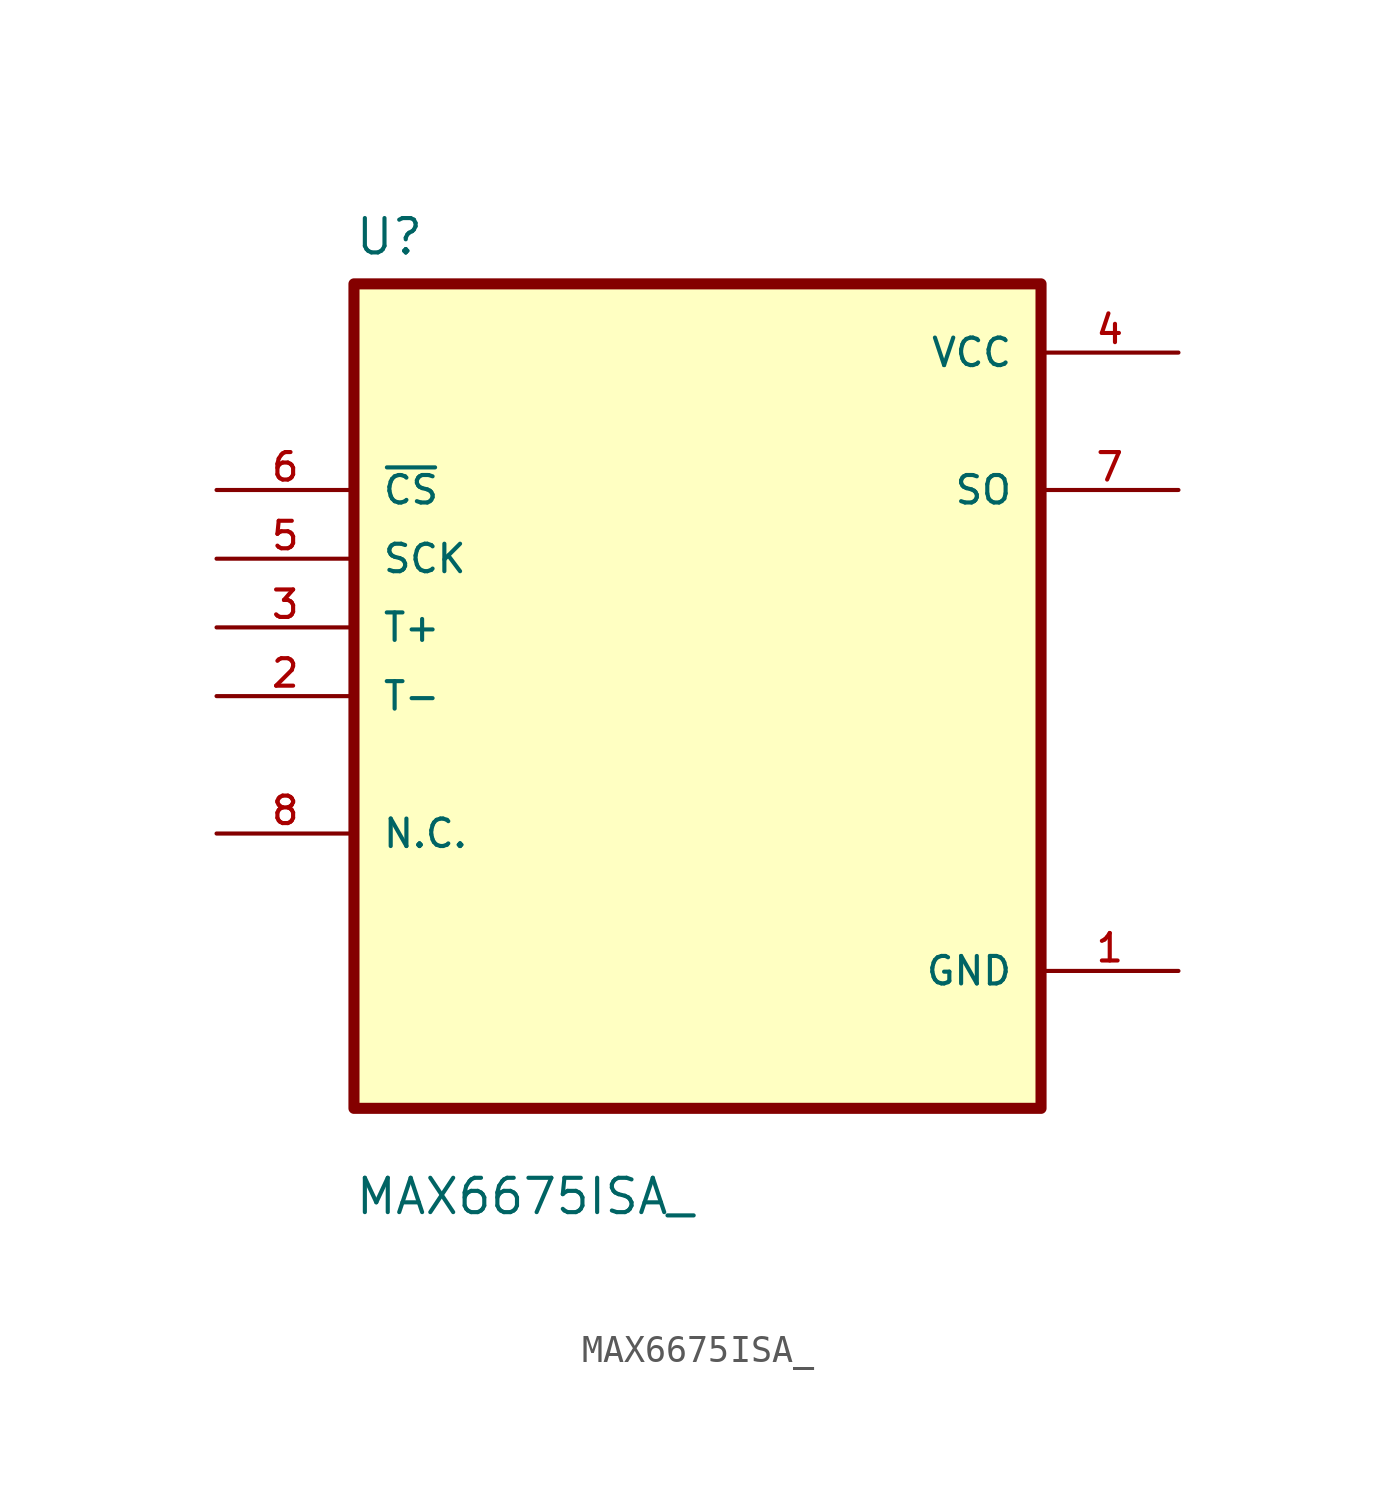
<source format=kicad_sym>
(kicad_symbol_lib
  (version 20211014)
  (generator kicad_symbol_editor)
  (symbol "MAX6675ISA_"
    (pin_names
      (offset 1.016))
    (property "Reference" "U"
      (at -12.7 16.24 0.0)
      (effects (font (size 1.27 1.27)) (justify bottom left)))
    (property "Value" "MAX6675ISA_"
      (at -12.7 -19.24 0.0)
      (effects (font (size 1.27 1.27)) (justify bottom left)))
    (symbol "MAX6675ISA__0_0"
      (rectangle (start -12.7 -15.24) (end 12.7 15.24) (stroke (width 0.41)) (fill (type background)))
      (pin input line (at -17.78 7.62 0) (length 5.08) (name "~{CS}" (effects (font (size 1.016 1.016)))) (number "6" (effects (font (size 1.016 1.016)))))
      (pin input line (at -17.78 5.08 0) (length 5.08) (name "SCK" (effects (font (size 1.016 1.016)))) (number "5" (effects (font (size 1.016 1.016)))))
      (pin input line (at -17.78 2.54 0) (length 5.08) (name "T+" (effects (font (size 1.016 1.016)))) (number "3" (effects (font (size 1.016 1.016)))))
      (pin input line (at -17.78 0.0 0) (length 5.08) (name "T-" (effects (font (size 1.016 1.016)))) (number "2" (effects (font (size 1.016 1.016)))))
      (pin bidirectional line (at -17.78 -5.08 0) (length 5.08) (name "N.C." (effects (font (size 1.016 1.016)))) (number "8" (effects (font (size 1.016 1.016)))))
      (pin power_in line (at 17.78 12.7 180.0) (length 5.08) (name "VCC" (effects (font (size 1.016 1.016)))) (number "4" (effects (font (size 1.016 1.016)))))
      (pin output line (at 17.78 7.62 180.0) (length 5.08) (name "SO" (effects (font (size 1.016 1.016)))) (number "7" (effects (font (size 1.016 1.016)))))
      (pin power_in line (at 17.78 -10.16 180.0) (length 5.08) (name "GND" (effects (font (size 1.016 1.016)))) (number "1" (effects (font (size 1.016 1.016))))))))
</source>
